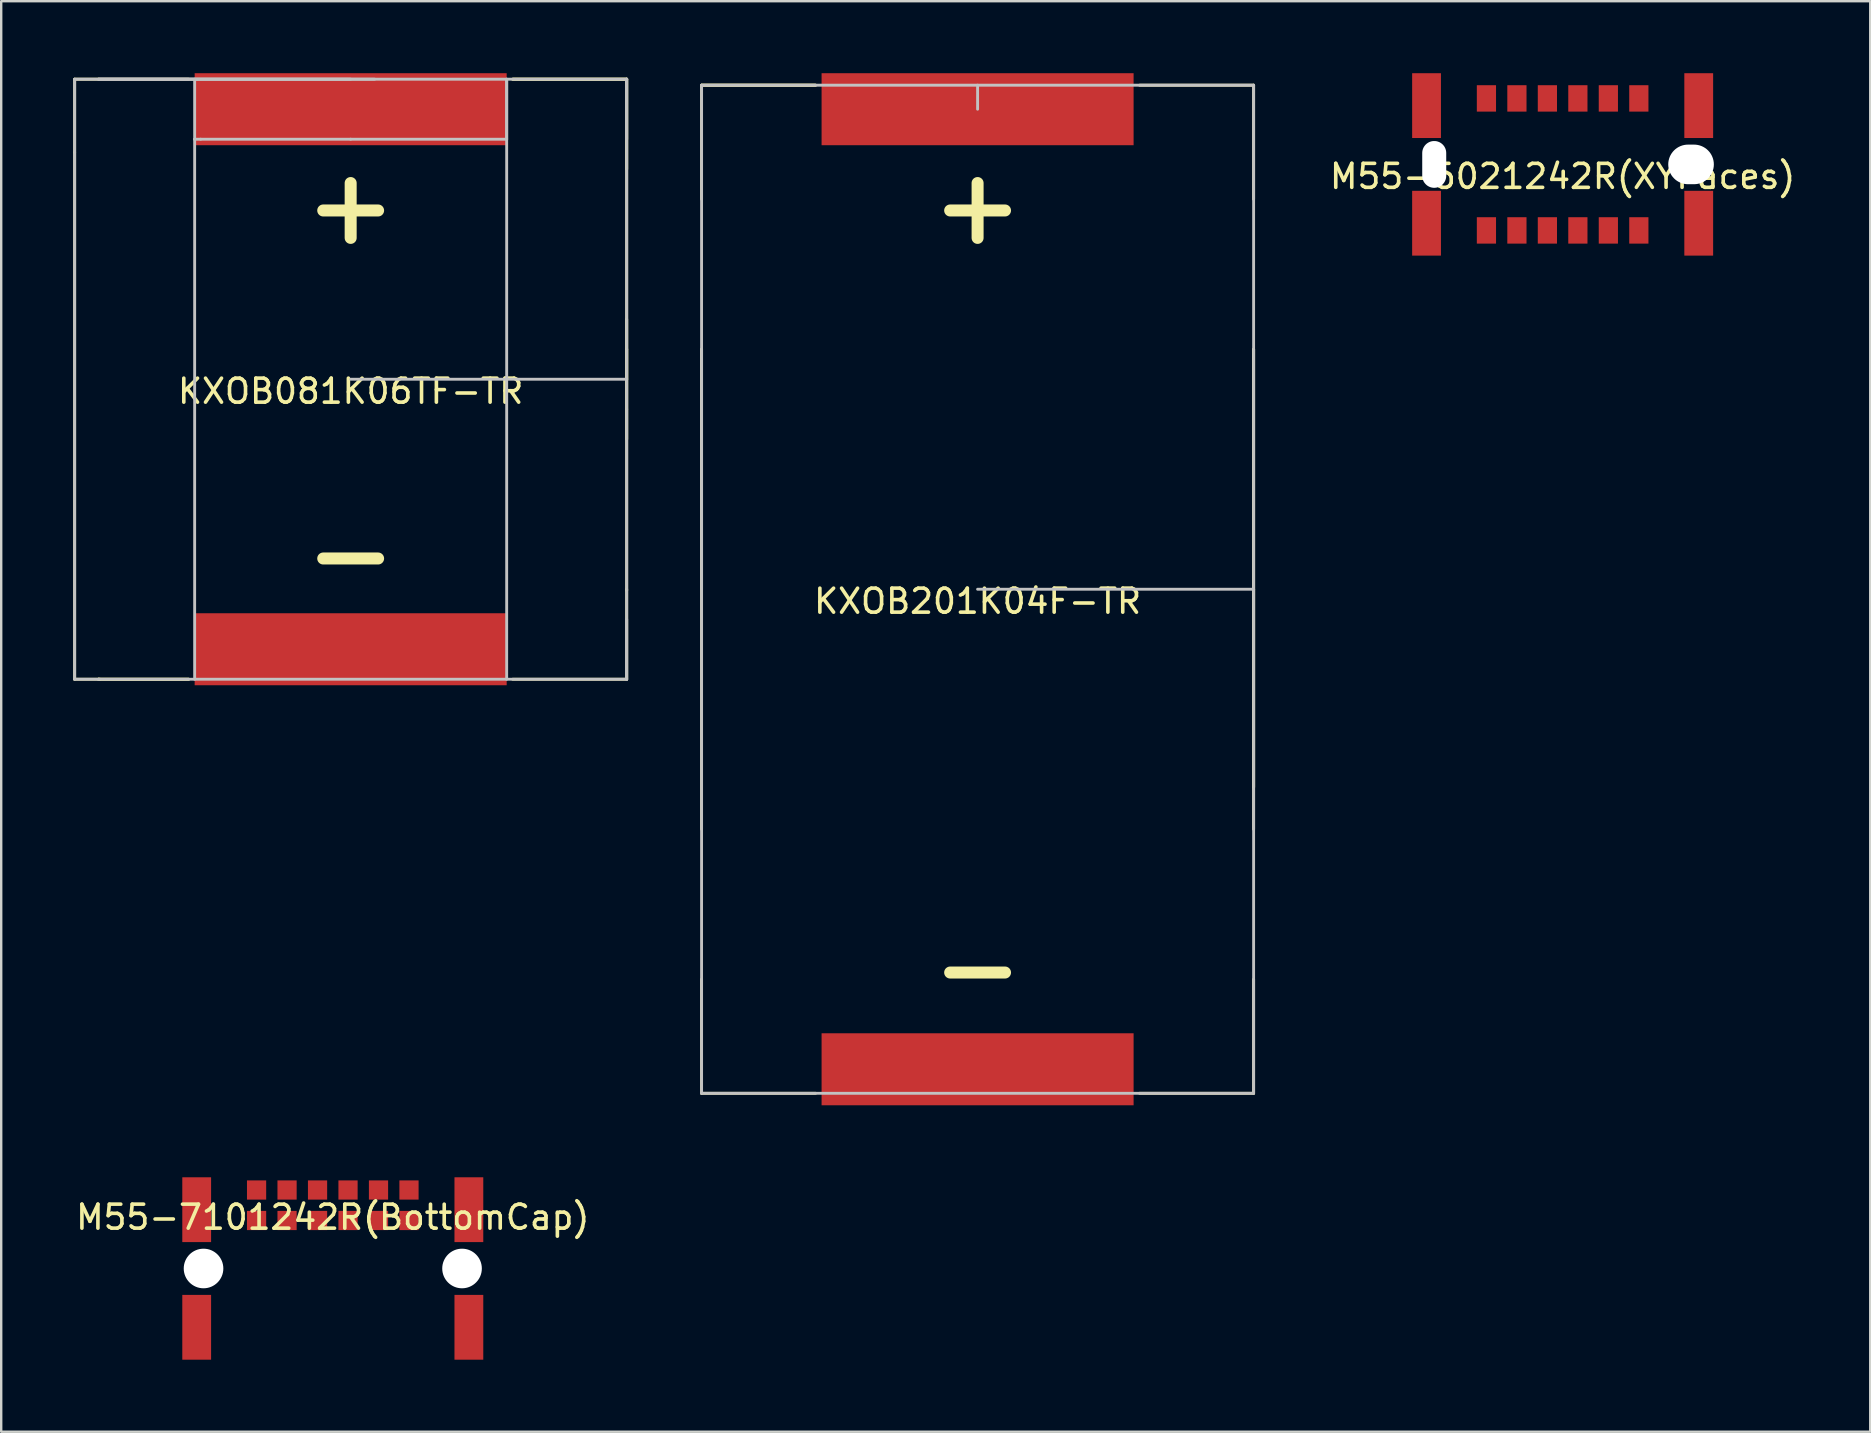
<source format=kicad_pcb>
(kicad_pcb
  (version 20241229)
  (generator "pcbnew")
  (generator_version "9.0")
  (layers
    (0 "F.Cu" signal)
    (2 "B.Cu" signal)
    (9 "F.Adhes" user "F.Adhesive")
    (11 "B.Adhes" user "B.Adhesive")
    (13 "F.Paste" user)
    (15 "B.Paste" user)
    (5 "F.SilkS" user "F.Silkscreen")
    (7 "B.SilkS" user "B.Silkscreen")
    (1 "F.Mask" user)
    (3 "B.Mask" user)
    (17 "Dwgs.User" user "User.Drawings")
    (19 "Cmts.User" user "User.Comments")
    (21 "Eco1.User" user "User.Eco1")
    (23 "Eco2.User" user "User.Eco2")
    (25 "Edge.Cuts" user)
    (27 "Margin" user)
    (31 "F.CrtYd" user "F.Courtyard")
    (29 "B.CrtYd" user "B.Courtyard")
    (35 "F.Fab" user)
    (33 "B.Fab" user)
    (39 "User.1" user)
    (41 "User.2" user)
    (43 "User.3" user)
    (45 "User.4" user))
  (footprint "KXOB081K06TF-TR"
    (layer "F.Cu")
    (at 11.56 12.75)
    (property "Reference" "KXOB081K06TF-TR" (at 0 0.5 0) (layer "F.SilkS") (effects (font (size 1 1) (thickness 0.15))))
    (attr through_hole)
    (fp_line (start -11.5 -12.5) (end -11.5 -9.45) (stroke (width 0.12) (type solid)) (layer "F.SilkS"))
    (fp_line (start -11.5 -9.45) (end -11.5 12.5) (stroke (width 0.12) (type solid)) (layer "F.SilkS"))
    (fp_line (start -11.5 12.5) (end -10.5 12.5) (stroke (width 0.12) (type solid)) (layer "F.SilkS"))
    (fp_line (start -10.5 -12.5) (end -11.5 -12.5) (stroke (width 0.12) (type solid)) (layer "F.SilkS"))
    (fp_line (start -10.5 -12.5) (end -6.75 -12.5) (stroke (width 0.12) (type solid)) (layer "F.SilkS"))
    (fp_line (start -10.5 12.5) (end -10.45 12.5) (stroke (width 0.12) (type solid)) (layer "F.SilkS"))
    (fp_line (start -10.5 12.5) (end -6.75 12.5) (stroke (width 0.12) (type solid)) (layer "F.SilkS"))
    (fp_line (start -6.75 12.5) (end -10.5 12.5) (stroke (width 0.12) (type solid)) (layer "F.SilkS"))
    (fp_line (start 6.75 -12.5) (end 11.5 -12.5) (stroke (width 0.12) (type solid)) (layer "F.SilkS"))
    (fp_line (start 6.75 12.5) (end 11.5 12.5) (stroke (width 0.12) (type solid)) (layer "F.SilkS"))
    (fp_line (start 11.5 -12.5) (end 6.75 -12.5) (stroke (width 0.12) (type solid)) (layer "F.SilkS"))
    (fp_line (start 11.5 -12.5) (end 11.5 -8.75) (stroke (width 0.12) (type solid)) (layer "F.SilkS"))
    (fp_line (start 11.5 -1.25) (end 11.5 -2.5) (stroke (width 0.12) (type solid)) (layer "F.SilkS"))
    (fp_line (start 11.5 -1.25) (end 11.5 1.25) (stroke (width 0.12) (type solid)) (layer "F.SilkS"))
    (fp_line (start 11.5 0) (end 11.5 -1.25) (stroke (width 0.12) (type solid)) (layer "F.SilkS"))
    (fp_line (start 11.5 1.25) (end 11.5 2.5) (stroke (width 0.12) (type solid)) (layer "F.SilkS"))
    (fp_line (start 11.5 8.8) (end 11.5 -12.5) (stroke (width 0.12) (type solid)) (layer "F.SilkS"))
    (fp_line (start 11.5 12.5) (end 11.5 8.75) (stroke (width 0.12) (type solid)) (layer "F.SilkS"))
    (fp_line (start -11.5 -12.5) (end -11.5 12.5) (stroke (width 0.12) (type solid)) (layer "Dwgs.User"))
    (fp_line (start -11.5 12.5) (end -10.5 12.5) (stroke (width 0.12) (type solid)) (layer "Dwgs.User"))
    (fp_line (start -10.5 -12.5) (end 1 -12.5) (stroke (width 0.12) (type solid)) (layer "Dwgs.User"))
    (fp_line (start -10.5 12.5) (end 11.5 12.5) (stroke (width 0.12) (type solid)) (layer "Dwgs.User"))
    (fp_line (start -6.5 -10) (end -6.5 -12.5) (stroke (width 0.12) (type solid)) (layer "Dwgs.User"))
    (fp_line (start -6.5 -10) (end -6.5 12.5) (stroke (width 0.12) (type solid)) (layer "Dwgs.User"))
    (fp_line (start -6.25 -10) (end -6.5 -10) (stroke (width 0.12) (type solid)) (layer "Dwgs.User"))
    (fp_line (start 0 -12.5) (end -11.5 -12.5) (stroke (width 0.12) (type solid)) (layer "Dwgs.User"))
    (fp_line (start 0 -10) (end -6.25 -10) (stroke (width 0.12) (type solid)) (layer "Dwgs.User"))
    (fp_line (start 0 -10) (end 6.5 -10) (stroke (width 0.12) (type solid)) (layer "Dwgs.User"))
    (fp_line (start 0 0) (end 11.5 0) (stroke (width 0.12) (type solid)) (layer "Dwgs.User"))
    (fp_line (start 6.5 -12.5) (end 6.5 12.5) (stroke (width 0.12) (type solid)) (layer "Dwgs.User"))
    (fp_line (start 6.5 -10) (end 6.5 -12.5) (stroke (width 0.12) (type solid)) (layer "Dwgs.User"))
    (fp_line (start 11.5 -12.5) (end -10.5 -12.5) (stroke (width 0.12) (type solid)) (layer "Dwgs.User"))
    (fp_line (start 11.5 -12.5) (end 11.5 -10) (stroke (width 0.12) (type solid)) (layer "Dwgs.User"))
    (fp_line (start 11.5 0) (end 11.5 -12.5) (stroke (width 0.12) (type solid)) (layer "Dwgs.User"))
    (fp_line (start 11.5 12.5) (end 11.5 0) (stroke (width 0.12) (type solid)) (layer "Dwgs.User"))
    (fp_line (start 11.5 12.5) (end 11.5 10) (stroke (width 0.12) (type solid)) (layer "Dwgs.User"))
    (fp_text user "-" (at 0 7.25 0) (layer "F.SilkS") (effects (font (size 3 3) (thickness 0.5))))
    (fp_text user "+" (at 0 -7.25 0) (layer "F.SilkS") (effects (font (size 3 3) (thickness 0.5))))
    (pad "1" smd rect (at 0 -11.25) (size 13 3) (layers "F.Cu" "F.Mask" "F.Paste"))
    (pad "2" smd rect (at 0 11.25) (size 13 3) (layers "F.Cu" "F.Mask" "F.Paste")))
  (footprint "M55-6021242R(XYFaces)"
    (layer "F.Cu")
    (at 62.055 3.8)
    (property "Reference" "M55-6021242R(XYFaces)" (at 0 0.5 0) (layer "F.SilkS") (effects (font (size 1 1) (thickness 0.15))))
    (attr through_hole)
    (pad "" smd rect (at -5.67 -2.45) (size 1.2 2.7) (layers "F.Cu" "F.Mask" "F.Paste"))
    (pad "" smd rect (at -5.67 2.45) (size 1.2 2.7) (layers "F.Cu" "F.Mask" "F.Paste"))
    (pad "" np_thru_hole oval (at -5.35 0) (size 1 1.95) (drill oval 1 1.95) (layers "*.Cu" "*.Mask"))
    (pad "" np_thru_hole oval (at 5.35 0) (size 1.9 1.65) (drill oval 1.9 1.65) (layers "*.Cu" "*.Mask"))
    (pad "" smd rect (at 5.67 -2.45) (size 1.2 2.7) (layers "F.Cu" "F.Mask" "F.Paste"))
    (pad "" smd rect (at 5.67 2.45) (size 1.2 2.7) (layers "F.Cu" "F.Mask" "F.Paste"))
    (pad "1" smd rect (at -3.175 -2.75) (size 0.8 1.1) (layers "F.Cu" "F.Mask" "F.Paste"))
    (pad "2" smd rect (at -1.905 -2.75) (size 0.8 1.1) (layers "F.Cu" "F.Mask" "F.Paste"))
    (pad "3" smd rect (at -0.635 -2.75) (size 0.8 1.1) (layers "F.Cu" "F.Mask" "F.Paste"))
    (pad "4" smd rect (at 0.635 -2.75) (size 0.8 1.1) (layers "F.Cu" "F.Mask" "F.Paste"))
    (pad "5" smd rect (at 1.905 -2.75) (size 0.8 1.1) (layers "F.Cu" "F.Mask" "F.Paste"))
    (pad "6" smd rect (at 3.175 -2.75) (size 0.8 1.1) (layers "F.Cu" "F.Mask" "F.Paste"))
    (pad "7" smd rect (at -3.175 2.75 180) (size 0.8 1.1) (layers "F.Cu" "F.Mask" "F.Paste"))
    (pad "8" smd rect (at -1.905 2.75 180) (size 0.8 1.1) (layers "F.Cu" "F.Mask" "F.Paste"))
    (pad "9" smd rect (at -0.635 2.75 180) (size 0.8 1.1) (layers "F.Cu" "F.Mask" "F.Paste"))
    (pad "10" smd rect (at 0.635 2.75 180) (size 0.8 1.1) (layers "F.Cu" "F.Mask" "F.Paste"))
    (pad "11" smd rect (at 1.905 2.75 180) (size 0.8 1.1) (layers "F.Cu" "F.Mask" "F.Paste"))
    (pad "12" smd rect (at 3.175 2.75 180) (size 0.8 1.1) (layers "F.Cu" "F.Mask" "F.Paste")))
  (footprint "M55-7101242R(BottomCap)"
    (layer "F.Cu")
    (at 10.815 47.165)
    (property "Reference" "M55-7101242R(BottomCap)" (at 0 0.5 0) (layer "F.SilkS") (effects (font (size 1 1) (thickness 0.15))))
    (attr through_hole)
    (pad "" smd rect (at -5.67 0.185) (size 1.2 2.7) (layers "F.Cu" "F.Mask" "F.Paste"))
    (pad "" smd rect (at -5.67 5.085) (size 1.2 2.7) (layers "F.Cu" "F.Mask" "F.Paste"))
    (pad "" np_thru_hole circle (at -5.385 2.635) (size 1.65 1.65) (drill 1.65) (layers "*.Cu" "*.Mask"))
    (pad "" np_thru_hole circle (at 5.385 2.635) (size 1.65 1.65) (drill 1.65) (layers "*.Cu" "*.Mask"))
    (pad "" smd rect (at 5.67 0.185) (size 1.2 2.7) (layers "F.Cu" "F.Mask" "F.Paste"))
    (pad "" smd rect (at 5.67 5.085) (size 1.2 2.7) (layers "F.Cu" "F.Mask" "F.Paste"))
    (pad "1" smd rect (at 3.175 -0.635) (size 0.8 0.8) (layers "F.Cu" "F.Mask" "F.Paste"))
    (pad "2" smd rect (at 1.905 -0.635) (size 0.8 0.8) (layers "F.Cu" "F.Mask" "F.Paste"))
    (pad "3" smd rect (at 0.635 -0.635) (size 0.8 0.8) (layers "F.Cu" "F.Mask" "F.Paste"))
    (pad "4" smd rect (at -0.635 -0.635) (size 0.8 0.8) (layers "F.Cu" "F.Mask" "F.Paste"))
    (pad "5" smd rect (at -1.905 -0.635) (size 0.8 0.8) (layers "F.Cu" "F.Mask" "F.Paste"))
    (pad "6" smd rect (at -3.175 -0.635) (size 0.8 0.8) (layers "F.Cu" "F.Mask" "F.Paste"))
    (pad "7" smd rect (at 3.175 0.635) (size 0.8 0.8) (layers "F.Cu" "F.Mask" "F.Paste"))
    (pad "8" smd rect (at 1.905 0.635) (size 0.8 0.8) (layers "F.Cu" "F.Mask" "F.Paste"))
    (pad "9" smd rect (at 0.635 0.635) (size 0.8 0.8) (layers "F.Cu" "F.Mask" "F.Paste"))
    (pad "10" smd rect (at -0.635 0.635) (size 0.8 0.8) (layers "F.Cu" "F.Mask" "F.Paste"))
    (pad "11" smd rect (at -1.905 0.635) (size 0.8 0.8) (layers "F.Cu" "F.Mask" "F.Paste"))
    (pad "12" smd rect (at -3.175 0.635) (size 0.8 0.8) (layers "F.Cu" "F.Mask" "F.Paste")))
  (footprint "KXOB201K04F-TR"
    (layer "F.Cu")
    (at 37.68 21.5)
    (property "Reference" "KXOB201K04F-TR" (at 0 0.5 0) (layer "F.SilkS") (effects (font (size 1 1) (thickness 0.15))))
    (attr through_hole)
    (fp_line (start -11.5 -21) (end -11.5 -16.25) (stroke (width 0.12) (type solid)) (layer "F.SilkS"))
    (fp_line (start -11.5 -21) (end -6.75 -21) (stroke (width 0.12) (type solid)) (layer "F.SilkS"))
    (fp_line (start -11.5 -10) (end -11.5 10) (stroke (width 0.12) (type solid)) (layer "F.SilkS"))
    (fp_line (start -11.5 0) (end -11.5 -10) (stroke (width 0.12) (type solid)) (layer "F.SilkS"))
    (fp_line (start -11.5 21) (end -11.5 16.25) (stroke (width 0.12) (type solid)) (layer "F.SilkS"))
    (fp_line (start -11.5 21) (end -6.75 21) (stroke (width 0.12) (type solid)) (layer "F.SilkS"))
    (fp_line (start -6.75 -21) (end -11.5 -21) (stroke (width 0.12) (type solid)) (layer "F.SilkS"))
    (fp_line (start 6.75 -21) (end 11.5 -21) (stroke (width 0.12) (type solid)) (layer "F.SilkS"))
    (fp_line (start 6.75 21) (end 11.5 21) (stroke (width 0.12) (type solid)) (layer "F.SilkS"))
    (fp_line (start 11.5 -21) (end 11.5 -16.25) (stroke (width 0.12) (type solid)) (layer "F.SilkS"))
    (fp_line (start 11.5 -10) (end 11.5 8.25) (stroke (width 0.12) (type solid)) (layer "F.SilkS"))
    (fp_line (start 11.5 0) (end 11.5 -10) (stroke (width 0.12) (type solid)) (layer "F.SilkS"))
    (fp_line (start 11.5 0) (end 11.5 10) (stroke (width 0.12) (type solid)) (layer "F.SilkS"))
    (fp_line (start 11.5 8.25) (end 11.5 0) (stroke (width 0.12) (type solid)) (layer "F.SilkS"))
    (fp_line (start 11.5 21) (end 11.5 16.25) (stroke (width 0.12) (type solid)) (layer "F.SilkS"))
    (fp_line (start -11.5 -21) (end -11.5 21) (stroke (width 0.12) (type solid)) (layer "Dwgs.User"))
    (fp_line (start -11.5 21) (end 11.5 21) (stroke (width 0.12) (type solid)) (layer "Dwgs.User"))
    (fp_line (start 0 -21) (end 0 -20) (stroke (width 0.12) (type solid)) (layer "Dwgs.User"))
    (fp_line (start 0 0) (end 11.5 0) (stroke (width 0.12) (type solid)) (layer "Dwgs.User"))
    (fp_line (start 11.5 -21) (end -11.5 -21) (stroke (width 0.12) (type solid)) (layer "Dwgs.User"))
    (fp_line (start 11.5 0) (end 11.5 -21) (stroke (width 0.12) (type solid)) (layer "Dwgs.User"))
    (fp_line (start 11.5 21) (end 11.5 0) (stroke (width 0.12) (type solid)) (layer "Dwgs.User"))
    (fp_text user "+" (at 0 -16 0) (layer "F.SilkS") (effects (font (size 3 3) (thickness 0.5))))
    (fp_text user "-" (at 0 15.75 0) (layer "F.SilkS") (effects (font (size 3 3) (thickness 0.5))))
    (pad "1" smd rect (at 0 -20) (size 13 3) (layers "F.Cu" "F.Mask" "F.Paste"))
    (pad "2" smd rect (at 0 20) (size 13 3) (layers "F.Cu" "F.Mask" "F.Paste")))
  (gr_rect
    (start -3 -3)
    (end 74.871 56.6)
    (stroke (width 0.1) (type default))
    (fill no)
    (layer "Edge.Cuts")))
</source>
